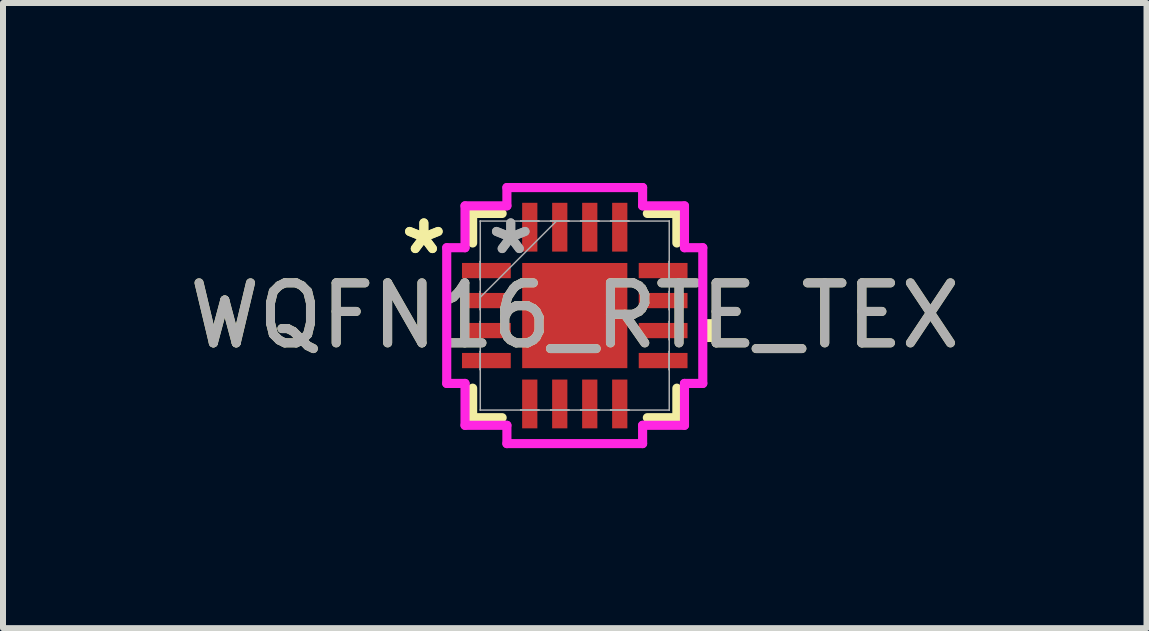
<source format=kicad_pcb>
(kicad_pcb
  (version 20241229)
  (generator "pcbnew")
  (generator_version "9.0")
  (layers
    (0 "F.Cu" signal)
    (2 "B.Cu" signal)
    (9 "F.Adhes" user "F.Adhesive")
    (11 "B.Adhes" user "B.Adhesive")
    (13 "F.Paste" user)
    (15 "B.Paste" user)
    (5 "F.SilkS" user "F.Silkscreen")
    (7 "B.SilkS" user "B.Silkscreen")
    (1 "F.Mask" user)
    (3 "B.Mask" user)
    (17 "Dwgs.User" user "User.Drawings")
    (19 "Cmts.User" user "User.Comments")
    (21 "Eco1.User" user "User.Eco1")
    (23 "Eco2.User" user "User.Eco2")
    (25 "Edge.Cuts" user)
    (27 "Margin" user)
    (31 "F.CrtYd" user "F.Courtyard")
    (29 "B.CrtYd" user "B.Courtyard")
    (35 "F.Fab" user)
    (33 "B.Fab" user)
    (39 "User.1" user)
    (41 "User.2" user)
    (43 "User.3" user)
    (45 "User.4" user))
  (footprint "WQFN16_RTE_TEX"
    (layer "F.Cu")
    (at 6.53 2.21)
    (property "Reference" "WQFN16_RTE_TEX" (at 0 0 0) (unlocked yes) (layer "F.SilkS") (effects (font (size 1 1) (thickness 0.15))))
    (attr smd)
    (fp_line (start -1.702 -1.702) (end -1.702 -1.21) (stroke (width 0.152) (type solid)) (layer "F.SilkS"))
    (fp_line (start -1.702 1.21) (end -1.702 1.702) (stroke (width 0.152) (type solid)) (layer "F.SilkS"))
    (fp_line (start -1.702 1.702) (end -1.21 1.702) (stroke (width 0.152) (type solid)) (layer "F.SilkS"))
    (fp_line (start -1.21 -1.702) (end -1.702 -1.702) (stroke (width 0.152) (type solid)) (layer "F.SilkS"))
    (fp_line (start 1.21 1.702) (end 1.702 1.702) (stroke (width 0.152) (type solid)) (layer "F.SilkS"))
    (fp_line (start 1.702 -1.702) (end 1.21 -1.702) (stroke (width 0.152) (type solid)) (layer "F.SilkS"))
    (fp_line (start 1.702 -1.21) (end 1.702 -1.702) (stroke (width 0.152) (type solid)) (layer "F.SilkS"))
    (fp_line (start 1.702 1.702) (end 1.702 1.21) (stroke (width 0.152) (type solid)) (layer "F.SilkS"))
    (fp_poly (pts (xy 2.388 0.059) (xy 2.388 0.441) (xy 2.134 0.441) (xy 2.134 0.059)) (stroke (width 0) (type solid)) (fill yes) (layer "F.SilkS"))
    (fp_line (start -2.134 -1.131) (end -1.829 -1.131) (stroke (width 0.152) (type solid)) (layer "F.CrtYd"))
    (fp_line (start -2.134 1.131) (end -2.134 -1.131) (stroke (width 0.152) (type solid)) (layer "F.CrtYd"))
    (fp_line (start -1.829 -1.829) (end -1.131 -1.829) (stroke (width 0.152) (type solid)) (layer "F.CrtYd"))
    (fp_line (start -1.829 -1.131) (end -1.829 -1.829) (stroke (width 0.152) (type solid)) (layer "F.CrtYd"))
    (fp_line (start -1.829 1.131) (end -2.134 1.131) (stroke (width 0.152) (type solid)) (layer "F.CrtYd"))
    (fp_line (start -1.829 1.829) (end -1.829 1.131) (stroke (width 0.152) (type solid)) (layer "F.CrtYd"))
    (fp_line (start -1.131 -2.134) (end 1.131 -2.134) (stroke (width 0.152) (type solid)) (layer "F.CrtYd"))
    (fp_line (start -1.131 -1.829) (end -1.131 -2.134) (stroke (width 0.152) (type solid)) (layer "F.CrtYd"))
    (fp_line (start -1.131 1.829) (end -1.829 1.829) (stroke (width 0.152) (type solid)) (layer "F.CrtYd"))
    (fp_line (start -1.131 2.134) (end -1.131 1.829) (stroke (width 0.152) (type solid)) (layer "F.CrtYd"))
    (fp_line (start 1.131 -2.134) (end 1.131 -1.829) (stroke (width 0.152) (type solid)) (layer "F.CrtYd"))
    (fp_line (start 1.131 -1.829) (end 1.829 -1.829) (stroke (width 0.152) (type solid)) (layer "F.CrtYd"))
    (fp_line (start 1.131 1.829) (end 1.131 2.134) (stroke (width 0.152) (type solid)) (layer "F.CrtYd"))
    (fp_line (start 1.131 2.134) (end -1.131 2.134) (stroke (width 0.152) (type solid)) (layer "F.CrtYd"))
    (fp_line (start 1.829 -1.829) (end 1.829 -1.131) (stroke (width 0.152) (type solid)) (layer "F.CrtYd"))
    (fp_line (start 1.829 -1.131) (end 2.134 -1.131) (stroke (width 0.152) (type solid)) (layer "F.CrtYd"))
    (fp_line (start 1.829 1.131) (end 1.829 1.829) (stroke (width 0.152) (type solid)) (layer "F.CrtYd"))
    (fp_line (start 1.829 1.829) (end 1.131 1.829) (stroke (width 0.152) (type solid)) (layer "F.CrtYd"))
    (fp_line (start 2.134 -1.131) (end 2.134 1.131) (stroke (width 0.152) (type solid)) (layer "F.CrtYd"))
    (fp_line (start 2.134 1.131) (end 1.829 1.131) (stroke (width 0.152) (type solid)) (layer "F.CrtYd"))
    (fp_line (start -1.575 -1.575) (end -1.575 -1.575) (stroke (width 0.025) (type solid)) (layer "F.Fab"))
    (fp_line (start -1.575 -1.575) (end -1.575 1.575) (stroke (width 0.025) (type solid)) (layer "F.Fab"))
    (fp_line (start -1.575 -0.902) (end -1.575 -0.902) (stroke (width 0.025) (type solid)) (layer "F.Fab"))
    (fp_line (start -1.575 -0.902) (end -1.575 -0.598) (stroke (width 0.025) (type solid)) (layer "F.Fab"))
    (fp_line (start -1.575 -0.598) (end -1.575 -0.902) (stroke (width 0.025) (type solid)) (layer "F.Fab"))
    (fp_line (start -1.575 -0.598) (end -1.575 -0.598) (stroke (width 0.025) (type solid)) (layer "F.Fab"))
    (fp_line (start -1.575 -0.402) (end -1.575 -0.402) (stroke (width 0.025) (type solid)) (layer "F.Fab"))
    (fp_line (start -1.575 -0.402) (end -1.575 -0.098) (stroke (width 0.025) (type solid)) (layer "F.Fab"))
    (fp_line (start -1.575 -0.305) (end -0.305 -1.575) (stroke (width 0.025) (type solid)) (layer "F.Fab"))
    (fp_line (start -1.575 -0.098) (end -1.575 -0.402) (stroke (width 0.025) (type solid)) (layer "F.Fab"))
    (fp_line (start -1.575 -0.098) (end -1.575 -0.098) (stroke (width 0.025) (type solid)) (layer "F.Fab"))
    (fp_line (start -1.575 0.098) (end -1.575 0.098) (stroke (width 0.025) (type solid)) (layer "F.Fab"))
    (fp_line (start -1.575 0.098) (end -1.575 0.402) (stroke (width 0.025) (type solid)) (layer "F.Fab"))
    (fp_line (start -1.575 0.402) (end -1.575 0.098) (stroke (width 0.025) (type solid)) (layer "F.Fab"))
    (fp_line (start -1.575 0.402) (end -1.575 0.402) (stroke (width 0.025) (type solid)) (layer "F.Fab"))
    (fp_line (start -1.575 0.598) (end -1.575 0.598) (stroke (width 0.025) (type solid)) (layer "F.Fab"))
    (fp_line (start -1.575 0.598) (end -1.575 0.902) (stroke (width 0.025) (type solid)) (layer "F.Fab"))
    (fp_line (start -1.575 0.902) (end -1.575 0.598) (stroke (width 0.025) (type solid)) (layer "F.Fab"))
    (fp_line (start -1.575 0.902) (end -1.575 0.902) (stroke (width 0.025) (type solid)) (layer "F.Fab"))
    (fp_line (start -1.575 1.575) (end -1.575 1.575) (stroke (width 0.025) (type solid)) (layer "F.Fab"))
    (fp_line (start -1.575 1.575) (end 1.575 1.575) (stroke (width 0.025) (type solid)) (layer "F.Fab"))
    (fp_line (start -0.902 -1.575) (end -0.902 -1.575) (stroke (width 0.025) (type solid)) (layer "F.Fab"))
    (fp_line (start -0.902 -1.575) (end -0.598 -1.575) (stroke (width 0.025) (type solid)) (layer "F.Fab"))
    (fp_line (start -0.902 1.575) (end -0.902 1.575) (stroke (width 0.025) (type solid)) (layer "F.Fab"))
    (fp_line (start -0.902 1.575) (end -0.598 1.575) (stroke (width 0.025) (type solid)) (layer "F.Fab"))
    (fp_line (start -0.598 -1.575) (end -0.902 -1.575) (stroke (width 0.025) (type solid)) (layer "F.Fab"))
    (fp_line (start -0.598 -1.575) (end -0.598 -1.575) (stroke (width 0.025) (type solid)) (layer "F.Fab"))
    (fp_line (start -0.598 1.575) (end -0.902 1.575) (stroke (width 0.025) (type solid)) (layer "F.Fab"))
    (fp_line (start -0.598 1.575) (end -0.598 1.575) (stroke (width 0.025) (type solid)) (layer "F.Fab"))
    (fp_line (start -0.402 -1.575) (end -0.402 -1.575) (stroke (width 0.025) (type solid)) (layer "F.Fab"))
    (fp_line (start -0.402 -1.575) (end -0.098 -1.575) (stroke (width 0.025) (type solid)) (layer "F.Fab"))
    (fp_line (start -0.402 1.575) (end -0.402 1.575) (stroke (width 0.025) (type solid)) (layer "F.Fab"))
    (fp_line (start -0.402 1.575) (end -0.098 1.575) (stroke (width 0.025) (type solid)) (layer "F.Fab"))
    (fp_line (start -0.098 -1.575) (end -0.402 -1.575) (stroke (width 0.025) (type solid)) (layer "F.Fab"))
    (fp_line (start -0.098 -1.575) (end -0.098 -1.575) (stroke (width 0.025) (type solid)) (layer "F.Fab"))
    (fp_line (start -0.098 1.575) (end -0.402 1.575) (stroke (width 0.025) (type solid)) (layer "F.Fab"))
    (fp_line (start -0.098 1.575) (end -0.098 1.575) (stroke (width 0.025) (type solid)) (layer "F.Fab"))
    (fp_line (start 0.098 -1.575) (end 0.098 -1.575) (stroke (width 0.025) (type solid)) (layer "F.Fab"))
    (fp_line (start 0.098 -1.575) (end 0.402 -1.575) (stroke (width 0.025) (type solid)) (layer "F.Fab"))
    (fp_line (start 0.098 1.575) (end 0.098 1.575) (stroke (width 0.025) (type solid)) (layer "F.Fab"))
    (fp_line (start 0.098 1.575) (end 0.402 1.575) (stroke (width 0.025) (type solid)) (layer "F.Fab"))
    (fp_line (start 0.402 -1.575) (end 0.098 -1.575) (stroke (width 0.025) (type solid)) (layer "F.Fab"))
    (fp_line (start 0.402 -1.575) (end 0.402 -1.575) (stroke (width 0.025) (type solid)) (layer "F.Fab"))
    (fp_line (start 0.402 1.575) (end 0.098 1.575) (stroke (width 0.025) (type solid)) (layer "F.Fab"))
    (fp_line (start 0.402 1.575) (end 0.402 1.575) (stroke (width 0.025) (type solid)) (layer "F.Fab"))
    (fp_line (start 0.598 -1.575) (end 0.598 -1.575) (stroke (width 0.025) (type solid)) (layer "F.Fab"))
    (fp_line (start 0.598 -1.575) (end 0.902 -1.575) (stroke (width 0.025) (type solid)) (layer "F.Fab"))
    (fp_line (start 0.598 1.575) (end 0.598 1.575) (stroke (width 0.025) (type solid)) (layer "F.Fab"))
    (fp_line (start 0.598 1.575) (end 0.902 1.575) (stroke (width 0.025) (type solid)) (layer "F.Fab"))
    (fp_line (start 0.902 -1.575) (end 0.598 -1.575) (stroke (width 0.025) (type solid)) (layer "F.Fab"))
    (fp_line (start 0.902 -1.575) (end 0.902 -1.575) (stroke (width 0.025) (type solid)) (layer "F.Fab"))
    (fp_line (start 0.902 1.575) (end 0.598 1.575) (stroke (width 0.025) (type solid)) (layer "F.Fab"))
    (fp_line (start 0.902 1.575) (end 0.902 1.575) (stroke (width 0.025) (type solid)) (layer "F.Fab"))
    (fp_line (start 1.575 -1.575) (end -1.575 -1.575) (stroke (width 0.025) (type solid)) (layer "F.Fab"))
    (fp_line (start 1.575 -1.575) (end 1.575 -1.575) (stroke (width 0.025) (type solid)) (layer "F.Fab"))
    (fp_line (start 1.575 -0.902) (end 1.575 -0.902) (stroke (width 0.025) (type solid)) (layer "F.Fab"))
    (fp_line (start 1.575 -0.902) (end 1.575 -0.598) (stroke (width 0.025) (type solid)) (layer "F.Fab"))
    (fp_line (start 1.575 -0.598) (end 1.575 -0.902) (stroke (width 0.025) (type solid)) (layer "F.Fab"))
    (fp_line (start 1.575 -0.598) (end 1.575 -0.598) (stroke (width 0.025) (type solid)) (layer "F.Fab"))
    (fp_line (start 1.575 -0.402) (end 1.575 -0.402) (stroke (width 0.025) (type solid)) (layer "F.Fab"))
    (fp_line (start 1.575 -0.402) (end 1.575 -0.098) (stroke (width 0.025) (type solid)) (layer "F.Fab"))
    (fp_line (start 1.575 -0.098) (end 1.575 -0.402) (stroke (width 0.025) (type solid)) (layer "F.Fab"))
    (fp_line (start 1.575 -0.098) (end 1.575 -0.098) (stroke (width 0.025) (type solid)) (layer "F.Fab"))
    (fp_line (start 1.575 0.098) (end 1.575 0.098) (stroke (width 0.025) (type solid)) (layer "F.Fab"))
    (fp_line (start 1.575 0.098) (end 1.575 0.402) (stroke (width 0.025) (type solid)) (layer "F.Fab"))
    (fp_line (start 1.575 0.402) (end 1.575 0.098) (stroke (width 0.025) (type solid)) (layer "F.Fab"))
    (fp_line (start 1.575 0.402) (end 1.575 0.402) (stroke (width 0.025) (type solid)) (layer "F.Fab"))
    (fp_line (start 1.575 0.598) (end 1.575 0.598) (stroke (width 0.025) (type solid)) (layer "F.Fab"))
    (fp_line (start 1.575 0.598) (end 1.575 0.902) (stroke (width 0.025) (type solid)) (layer "F.Fab"))
    (fp_line (start 1.575 0.902) (end 1.575 0.598) (stroke (width 0.025) (type solid)) (layer "F.Fab"))
    (fp_line (start 1.575 0.902) (end 1.575 0.902) (stroke (width 0.025) (type solid)) (layer "F.Fab"))
    (fp_line (start 1.575 1.575) (end 1.575 -1.575) (stroke (width 0.025) (type solid)) (layer "F.Fab"))
    (fp_line (start 1.575 1.575) (end 1.575 1.575) (stroke (width 0.025) (type solid)) (layer "F.Fab"))
    (fp_text user "*" (at -2.515 -1 0) (layer "F.SilkS") (effects (font (size 1 1) (thickness 0.15))))
    (fp_text user "*" (at -2.515 -1 0) (unlocked yes) (layer "F.SilkS") (effects (font (size 1 1) (thickness 0.15))))
    (fp_text user "*" (at -1.067 -1 0) (layer "F.Fab") (effects (font (size 1 1) (thickness 0.15))))
    (fp_text user "*" (at -1.067 -1 0) (unlocked yes) (layer "F.Fab") (effects (font (size 1 1) (thickness 0.15))))
    (fp_text user "${REFERENCE}" (at 0 0 0) (unlocked yes) (layer "F.Fab") (effects (font (size 1 1) (thickness 0.15))))
    (pad "1" smd rect (at -1.473 -0.75 90) (size 0.254 0.813) (layers "F.Cu" "F.Mask" "F.Paste"))
    (pad "2" smd rect (at -1.473 -0.25 90) (size 0.254 0.813) (layers "F.Cu" "F.Mask" "F.Paste"))
    (pad "3" smd rect (at -1.473 0.25 90) (size 0.254 0.813) (layers "F.Cu" "F.Mask" "F.Paste"))
    (pad "4" smd rect (at -1.473 0.75 90) (size 0.254 0.813) (layers "F.Cu" "F.Mask" "F.Paste"))
    (pad "5" smd rect (at -0.75 1.473) (size 0.254 0.813) (layers "F.Cu" "F.Mask" "F.Paste"))
    (pad "6" smd rect (at -0.25 1.473) (size 0.254 0.813) (layers "F.Cu" "F.Mask" "F.Paste"))
    (pad "7" smd rect (at 0.25 1.473) (size 0.254 0.813) (layers "F.Cu" "F.Mask" "F.Paste"))
    (pad "8" smd rect (at 0.75 1.473) (size 0.254 0.813) (layers "F.Cu" "F.Mask" "F.Paste"))
    (pad "9" smd rect (at 1.473 0.75 90) (size 0.254 0.813) (layers "F.Cu" "F.Mask" "F.Paste"))
    (pad "10" smd rect (at 1.473 0.25 90) (size 0.254 0.813) (layers "F.Cu" "F.Mask" "F.Paste"))
    (pad "11" smd rect (at 1.473 -0.25 90) (size 0.254 0.813) (layers "F.Cu" "F.Mask" "F.Paste"))
    (pad "12" smd rect (at 1.473 -0.75 90) (size 0.254 0.813) (layers "F.Cu" "F.Mask" "F.Paste"))
    (pad "13" smd rect (at 0.75 -1.473) (size 0.254 0.813) (layers "F.Cu" "F.Mask" "F.Paste"))
    (pad "14" smd rect (at 0.25 -1.473) (size 0.254 0.813) (layers "F.Cu" "F.Mask" "F.Paste"))
    (pad "15" smd rect (at -0.25 -1.473) (size 0.254 0.813) (layers "F.Cu" "F.Mask" "F.Paste"))
    (pad "16" smd rect (at -0.75 -1.473) (size 0.254 0.813) (layers "F.Cu" "F.Mask" "F.Paste"))
    (pad "17" smd rect (at 0 0) (size 1.753 1.753) (layers "F.Cu" "F.Mask" "F.Paste")))
  (gr_rect
    (start -3 -3)
    (end 16.06 7.42)
    (stroke (width 0.1) (type default))
    (fill no)
    (layer "Edge.Cuts")))
</source>
